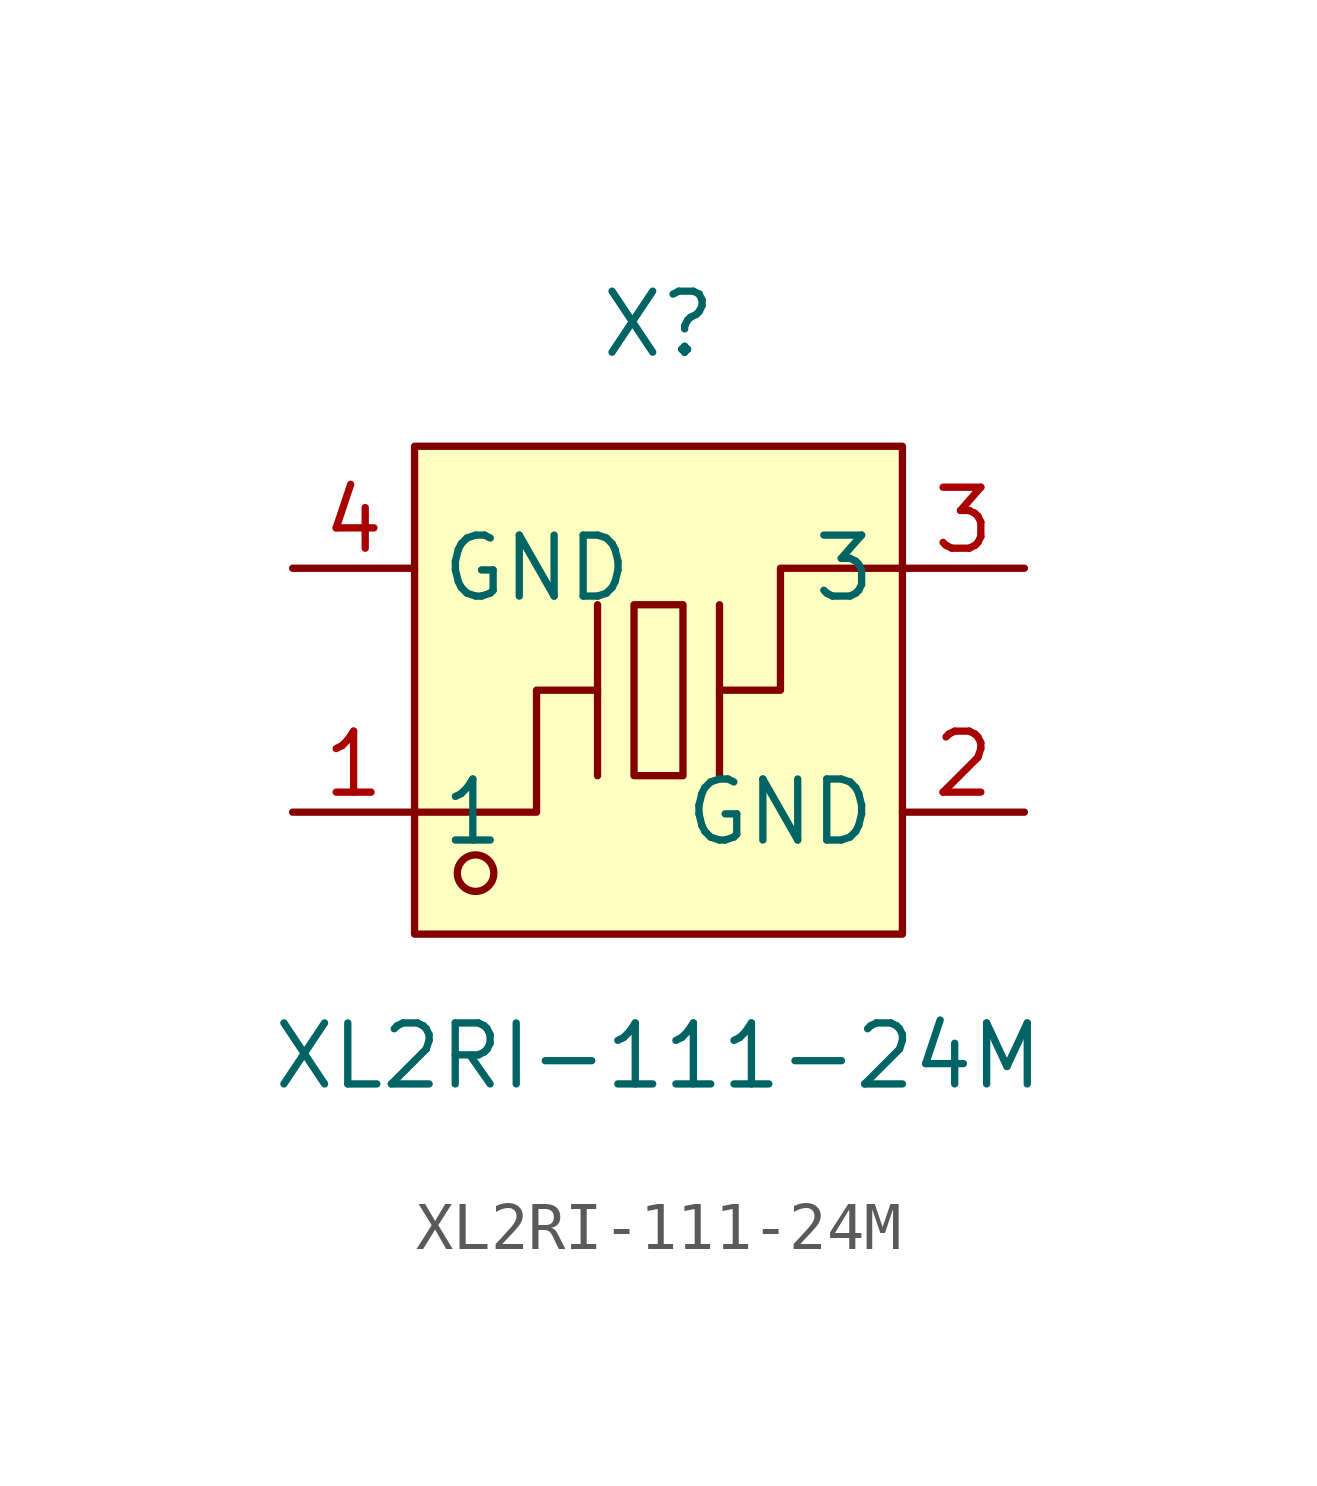
<source format=kicad_sym>
(kicad_symbol_lib
  (version 20211014)
  (generator https://github.com/uPesy/easyeda2kicad.py)
  (symbol "XL2RI-111-24M"
    (property "Reference" "X"
      (at 0 7.62 0)
      (effects (font (size 1.27 1.27))))
    (property "Value" "XL2RI-111-24M"
      (at 0 -7.62 0)
      (effects (font (size 1.27 1.27))))
    (symbol "XL2RI-111-24M_0_1"
      (rectangle (start -5.08 5.08) (end 5.08 -5.08) (stroke (width 0) (type default) (color 0 0 0 0)) (fill (type background)))
      (rectangle (start -0.51 1.78) (end 0.51 -1.78) (stroke (width 0) (type default) (color 0 0 0 0)) (fill (type background)))
      (circle (center -3.81 -3.81) (radius 0.38) (stroke (width 0) (type default) (color 0 0 0 0)) (fill (type none)))
      (polyline (pts (xy -1.27 -1.78) (xy -1.27 1.78)) (stroke (width 0) (type default) (color 0 0 0 0)) (fill (type none)))
      (polyline (pts (xy 1.27 -1.78) (xy 1.27 1.78)) (stroke (width 0) (type default) (color 0 0 0 0)) (fill (type none)))
      (polyline (pts (xy -5.08 -2.54) (xy -2.54 -2.54) (xy -2.54 -0.00) (xy -1.27 -0.00)) (stroke (width 0) (type default) (color 0 0 0 0)) (fill (type none)))
      (polyline (pts (xy 5.08 2.54) (xy 2.54 2.54) (xy 2.54 -0.00) (xy 1.27 -0.00)) (stroke (width 0) (type default) (color 0 0 0 0)) (fill (type none)))
      (pin input line (at -7.62 -2.54 0) (length 2.54) (name "1" (effects (font (size 1.27 1.27)))) (number "1" (effects (font (size 1.27 1.27)))))
      (pin input line (at 7.62 2.54 180) (length 2.54) (name "3" (effects (font (size 1.27 1.27)))) (number "3" (effects (font (size 1.27 1.27)))))
      (pin input line (at -7.62 2.54 0) (length 2.54) (name "GND" (effects (font (size 1.27 1.27)))) (number "4" (effects (font (size 1.27 1.27)))))
      (pin input line (at 7.62 -2.54 180) (length 2.54) (name "GND" (effects (font (size 1.27 1.27)))) (number "2" (effects (font (size 1.27 1.27))))))))
</source>
